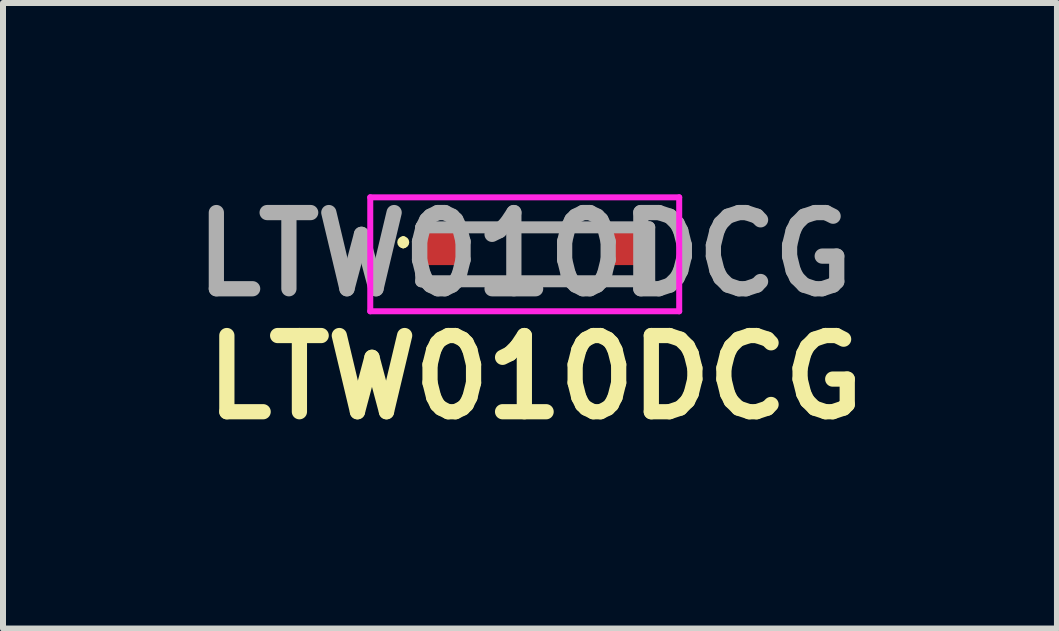
<source format=kicad_pcb>
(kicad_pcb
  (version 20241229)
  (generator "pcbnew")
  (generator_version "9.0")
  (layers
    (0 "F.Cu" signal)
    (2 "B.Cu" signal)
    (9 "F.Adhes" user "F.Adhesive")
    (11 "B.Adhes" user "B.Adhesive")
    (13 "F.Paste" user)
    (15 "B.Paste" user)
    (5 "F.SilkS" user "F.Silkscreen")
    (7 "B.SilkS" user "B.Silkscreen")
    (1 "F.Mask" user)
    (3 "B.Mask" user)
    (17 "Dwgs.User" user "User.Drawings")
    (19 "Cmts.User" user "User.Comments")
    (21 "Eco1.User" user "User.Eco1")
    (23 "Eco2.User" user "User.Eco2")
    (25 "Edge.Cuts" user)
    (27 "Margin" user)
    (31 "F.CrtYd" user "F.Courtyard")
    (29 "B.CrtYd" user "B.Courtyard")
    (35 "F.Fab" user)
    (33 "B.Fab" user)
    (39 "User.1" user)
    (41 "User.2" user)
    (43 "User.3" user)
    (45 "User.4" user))
  (footprint "LTW010DCG"
    (layer "F.Cu")
    (at 5.872 0.739)
    (property "Reference" "LTW010DCG" (at 0 2.5 0) (layer "F.SilkS") (effects (font (size 1.27 1.27) (thickness 0.254))))
    (attr smd)
    (fp_line (start -2.2 0.2) (end -2.2 0.2) (stroke (width 0.1) (type solid)) (layer "F.SilkS"))
    (fp_line (start -2.2 0.3) (end -2.2 0.3) (stroke (width 0.1) (type solid)) (layer "F.SilkS"))
    (fp_line (start -1.9 0.8) (end -1.9 0.9) (stroke (width 0.1) (type solid)) (layer "F.SilkS"))
    (fp_line (start -1.9 0.9) (end 1.9 0.9) (stroke (width 0.1) (type solid)) (layer "F.SilkS"))
    (fp_line (start -1 0) (end 1 0) (stroke (width 0.1) (type solid)) (layer "F.SilkS"))
    (fp_line (start 1.9 0.9) (end 1.9 0.8) (stroke (width 0.1) (type solid)) (layer "F.SilkS"))
    (fp_arc (start -2.2 0.2) (mid -2.15 0.25) (end -2.2 0.3) (stroke (width 0.1) (type solid)) (layer "F.SilkS"))
    (fp_arc (start -2.2 0.3) (mid -2.25 0.25) (end -2.2 0.2) (stroke (width 0.1) (type solid)) (layer "F.SilkS"))
    (fp_line (start -2.75 -0.5) (end 2.4 -0.5) (stroke (width 0.1) (type solid)) (layer "F.CrtYd"))
    (fp_line (start -2.75 1.4) (end -2.75 -0.5) (stroke (width 0.1) (type solid)) (layer "F.CrtYd"))
    (fp_line (start 2.4 -0.5) (end 2.4 1.4) (stroke (width 0.1) (type solid)) (layer "F.CrtYd"))
    (fp_line (start 2.4 1.4) (end -2.75 1.4) (stroke (width 0.1) (type solid)) (layer "F.CrtYd"))
    (fp_line (start -1.9 0) (end 1.9 0) (stroke (width 0.2) (type solid)) (layer "F.Fab"))
    (fp_line (start -1.9 0.9) (end -1.9 0) (stroke (width 0.2) (type solid)) (layer "F.Fab"))
    (fp_line (start 1.9 0) (end 1.9 0.9) (stroke (width 0.2) (type solid)) (layer "F.Fab"))
    (fp_line (start 1.9 0.9) (end -1.9 0.9) (stroke (width 0.2) (type solid)) (layer "F.Fab"))
    (fp_text user "${REFERENCE}" (at -0.175 0.45 0) (layer "F.Fab") (effects (font (size 1.27 1.27) (thickness 0.254))))
    (pad "1" smd rect (at -1.55 0.315) (size 0.6 0.63) (layers "F.Cu" "F.Mask" "F.Paste"))
    (pad "2" smd rect (at 1.55 0.315) (size 0.6 0.63) (layers "F.Cu" "F.Mask" "F.Paste")))
  (gr_rect
    (start -3 -3)
    (end 14.569 7.427)
    (stroke (width 0.1) (type default))
    (fill no)
    (layer "Edge.Cuts")))
</source>
